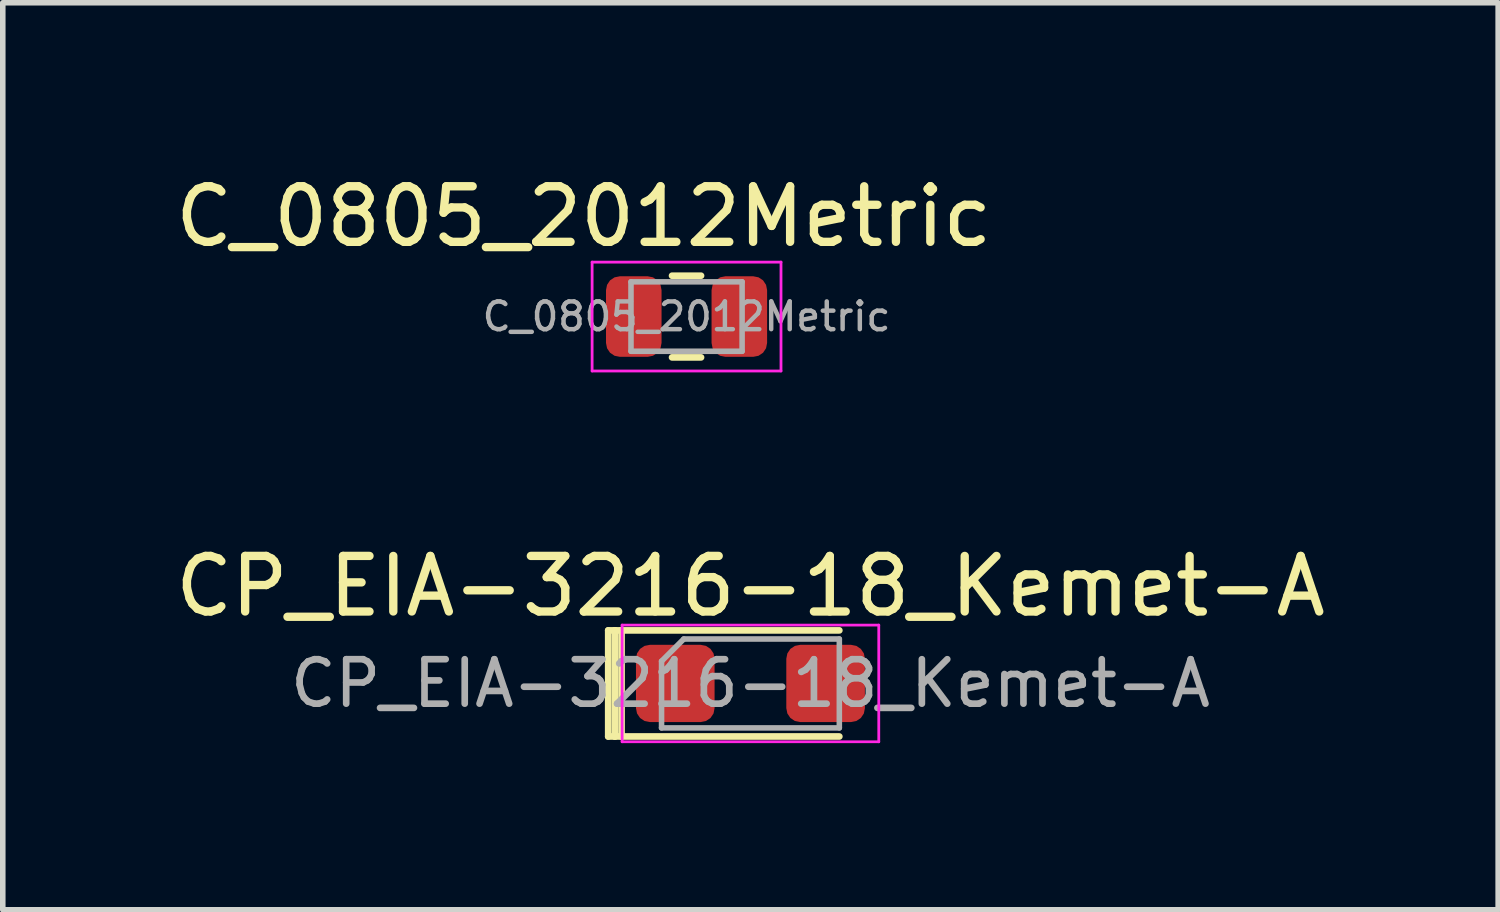
<source format=kicad_pcb>
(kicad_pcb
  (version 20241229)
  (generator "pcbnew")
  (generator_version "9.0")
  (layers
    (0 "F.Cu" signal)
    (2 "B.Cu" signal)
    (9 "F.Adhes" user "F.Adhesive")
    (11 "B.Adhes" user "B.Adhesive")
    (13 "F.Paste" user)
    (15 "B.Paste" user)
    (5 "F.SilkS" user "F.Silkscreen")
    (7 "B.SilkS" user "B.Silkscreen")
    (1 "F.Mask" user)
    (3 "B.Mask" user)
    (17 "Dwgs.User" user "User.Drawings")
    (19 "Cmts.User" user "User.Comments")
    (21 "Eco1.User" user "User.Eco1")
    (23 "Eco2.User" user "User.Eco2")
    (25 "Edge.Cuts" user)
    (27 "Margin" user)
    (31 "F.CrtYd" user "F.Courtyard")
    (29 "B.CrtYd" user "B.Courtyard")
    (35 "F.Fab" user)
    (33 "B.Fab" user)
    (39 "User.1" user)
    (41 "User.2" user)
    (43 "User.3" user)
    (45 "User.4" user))
  (footprint "C_0805_2012Metric"
    (layer "F.Cu")
    (at 9.308 2.648)
    (property "Reference" "C_0805_2012Metric" (at -1.85 -1.8 0) (layer "F.SilkS") (effects (font (size 1 1) (thickness 0.15))))
    (attr smd)
    (fp_line (start -0.261 -0.735) (end 0.261 -0.735) (stroke (width 0.12) (type solid)) (layer "F.SilkS"))
    (fp_line (start -0.261 0.735) (end 0.261 0.735) (stroke (width 0.12) (type solid)) (layer "F.SilkS"))
    (fp_line (start -1.7 -0.98) (end 1.7 -0.98) (stroke (width 0.05) (type solid)) (layer "F.CrtYd"))
    (fp_line (start -1.7 0.98) (end -1.7 -0.98) (stroke (width 0.05) (type solid)) (layer "F.CrtYd"))
    (fp_line (start 1.7 -0.98) (end 1.7 0.98) (stroke (width 0.05) (type solid)) (layer "F.CrtYd"))
    (fp_line (start 1.7 0.98) (end -1.7 0.98) (stroke (width 0.05) (type solid)) (layer "F.CrtYd"))
    (fp_line (start -1 -0.625) (end 1 -0.625) (stroke (width 0.1) (type solid)) (layer "F.Fab"))
    (fp_line (start -1 0.625) (end -1 -0.625) (stroke (width 0.1) (type solid)) (layer "F.Fab"))
    (fp_line (start 1 -0.625) (end 1 0.625) (stroke (width 0.1) (type solid)) (layer "F.Fab"))
    (fp_line (start 1 0.625) (end -1 0.625) (stroke (width 0.1) (type solid)) (layer "F.Fab"))
    (fp_text user "${REFERENCE}" (at 0 0 0) (layer "F.Fab") (effects (font (size 0.5 0.5) (thickness 0.08))))
    (pad "1" smd roundrect (at -0.95 0) (size 1 1.45) (layers "F.Cu" "F.Mask" "F.Paste") (roundrect_rratio 0.25))
    (pad "2" smd roundrect (at 0.95 0) (size 1 1.45) (layers "F.Cu" "F.Mask" "F.Paste") (roundrect_rratio 0.25)))
  (footprint "CP_EIA-3216-18_Kemet-A"
    (layer "F.Cu")
    (at 10.458 9.252)
    (property "Reference" "CP_EIA-3216-18_Kemet-A" (at 0 -1.75 0) (layer "F.SilkS") (effects (font (size 1 1) (thickness 0.15))))
    (attr smd)
    (fp_line (start -2.56 -0.955) (end -2.56 0.955) (stroke (width 0.12) (type solid)) (layer "F.SilkS"))
    (fp_line (start -2.56 -0.955) (end -2.44 -0.955) (stroke (width 0.12) (type solid)) (layer "F.SilkS"))
    (fp_line (start -2.56 0.955) (end -2.44 0.955) (stroke (width 0.12) (type solid)) (layer "F.SilkS"))
    (fp_line (start -2.44 -0.955) (end -2.44 0.955) (stroke (width 0.12) (type solid)) (layer "F.SilkS"))
    (fp_line (start -2.44 -0.955) (end -2.32 -0.955) (stroke (width 0.12) (type solid)) (layer "F.SilkS"))
    (fp_line (start -2.44 0.955) (end -2.32 0.955) (stroke (width 0.12) (type solid)) (layer "F.SilkS"))
    (fp_line (start -2.32 -0.955) (end -2.32 0.955) (stroke (width 0.12) (type solid)) (layer "F.SilkS"))
    (fp_line (start -2.32 0.955) (end 1.6 0.955) (stroke (width 0.12) (type solid)) (layer "F.SilkS"))
    (fp_line (start 1.6 -0.955) (end -2.32 -0.955) (stroke (width 0.12) (type solid)) (layer "F.SilkS"))
    (fp_line (start -2.31 -1.05) (end 2.31 -1.05) (stroke (width 0.05) (type solid)) (layer "F.CrtYd"))
    (fp_line (start -2.31 1.05) (end -2.31 -1.05) (stroke (width 0.05) (type solid)) (layer "F.CrtYd"))
    (fp_line (start 2.31 -1.05) (end 2.31 1.05) (stroke (width 0.05) (type solid)) (layer "F.CrtYd"))
    (fp_line (start 2.31 1.05) (end -2.31 1.05) (stroke (width 0.05) (type solid)) (layer "F.CrtYd"))
    (fp_line (start -1.6 -0.4) (end -1.6 0.8) (stroke (width 0.1) (type solid)) (layer "F.Fab"))
    (fp_line (start -1.6 0.8) (end 1.6 0.8) (stroke (width 0.1) (type solid)) (layer "F.Fab"))
    (fp_line (start -1.2 -0.8) (end -1.6 -0.4) (stroke (width 0.1) (type solid)) (layer "F.Fab"))
    (fp_line (start 1.6 -0.8) (end -1.2 -0.8) (stroke (width 0.1) (type solid)) (layer "F.Fab"))
    (fp_line (start 1.6 0.8) (end 1.6 -0.8) (stroke (width 0.1) (type solid)) (layer "F.Fab"))
    (fp_text user "${REFERENCE}" (at 0 0 0) (layer "F.Fab") (effects (font (size 0.8 0.8) (thickness 0.12))))
    (pad "1" smd roundrect (at -1.353 0) (size 1.415 1.39) (layers "F.Cu" "F.Mask" "F.Paste") (roundrect_rratio 0.18))
    (pad "2" smd roundrect (at 1.353 0) (size 1.415 1.39) (layers "F.Cu" "F.Mask" "F.Paste") (roundrect_rratio 0.18)))
  (gr_rect
    (start -3 -3)
    (end 23.917 13.326)
    (stroke (width 0.1) (type default))
    (fill no)
    (layer "Edge.Cuts")))
</source>
